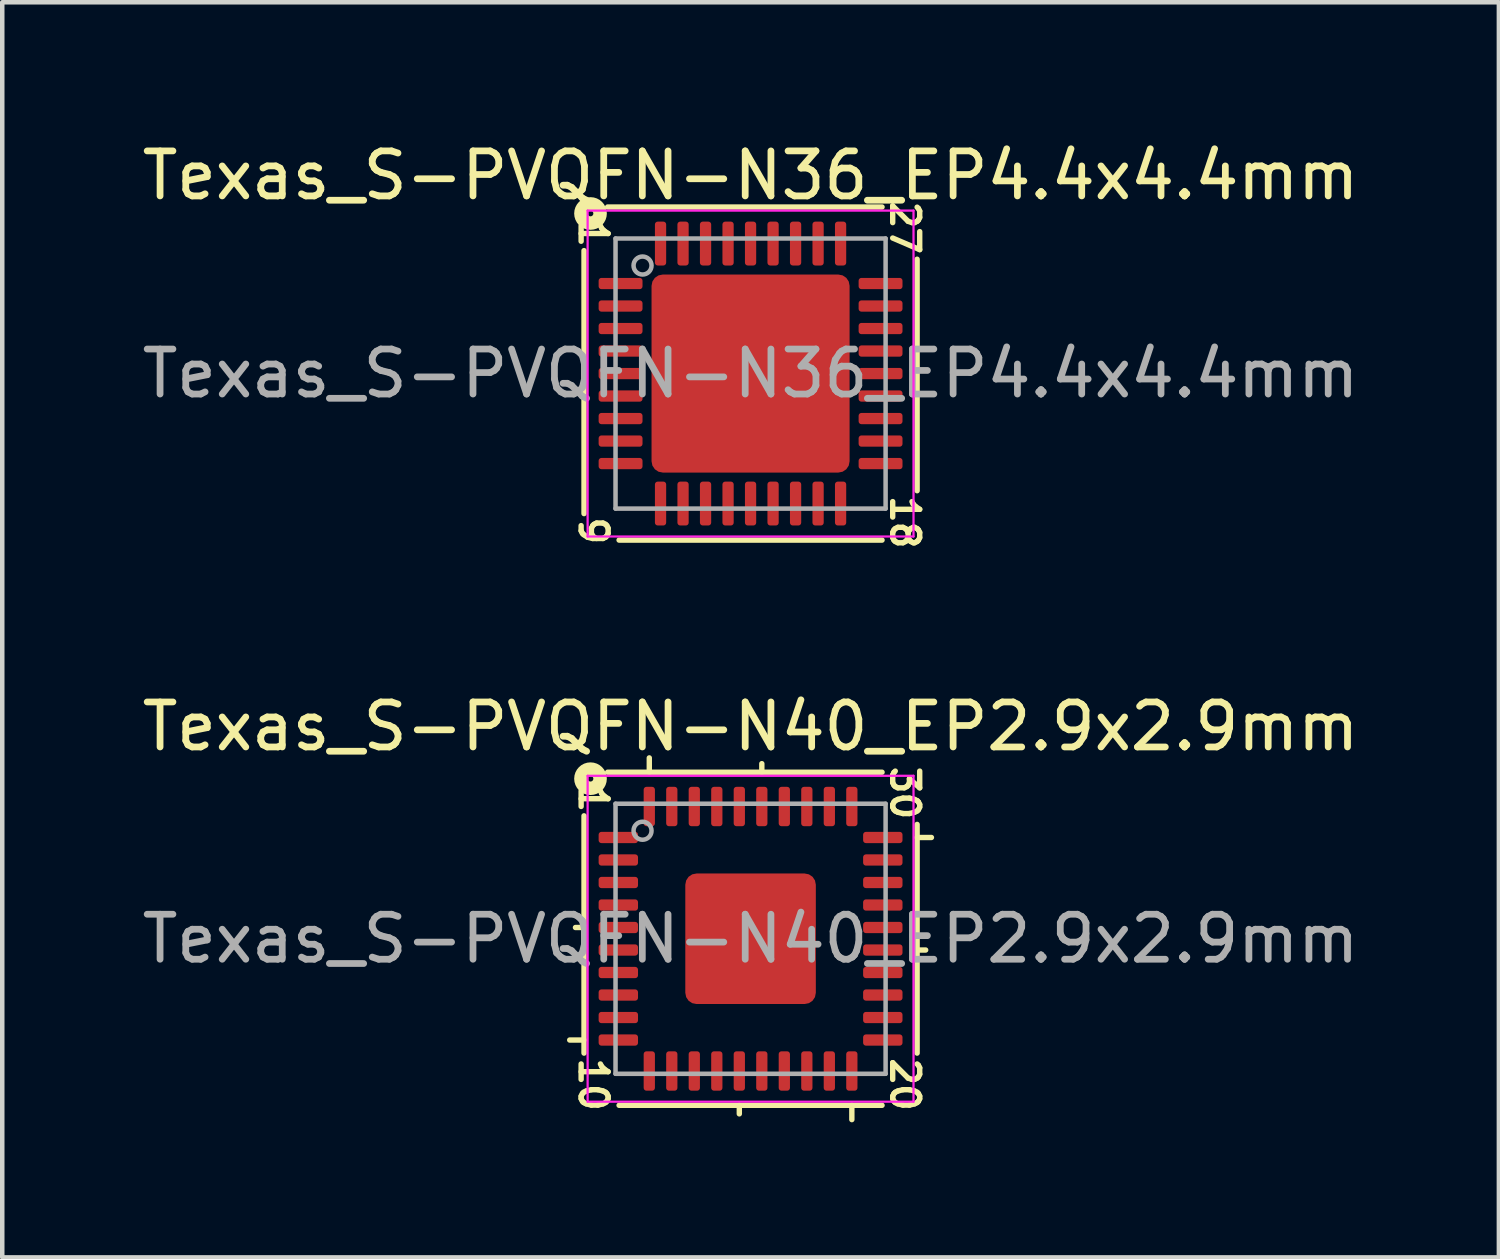
<source format=kicad_pcb>
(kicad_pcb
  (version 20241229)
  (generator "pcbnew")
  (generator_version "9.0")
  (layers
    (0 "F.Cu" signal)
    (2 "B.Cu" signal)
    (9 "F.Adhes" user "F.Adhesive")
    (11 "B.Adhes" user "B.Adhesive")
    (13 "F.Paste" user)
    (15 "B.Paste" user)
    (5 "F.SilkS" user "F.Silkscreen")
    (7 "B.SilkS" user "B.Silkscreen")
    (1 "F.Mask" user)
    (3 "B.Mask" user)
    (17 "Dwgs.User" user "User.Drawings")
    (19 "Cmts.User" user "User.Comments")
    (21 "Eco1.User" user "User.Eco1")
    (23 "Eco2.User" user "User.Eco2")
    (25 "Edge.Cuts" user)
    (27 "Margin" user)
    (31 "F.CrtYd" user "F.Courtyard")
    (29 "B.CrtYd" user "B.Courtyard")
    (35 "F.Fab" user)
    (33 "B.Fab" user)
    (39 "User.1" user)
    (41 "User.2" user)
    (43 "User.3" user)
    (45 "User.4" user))
  (footprint "Texas_S-PVQFN-N40_EP2.9x2.9mm"
    (layer "F.Cu")
    (at 13.625 17.806)
    (property "Reference" "Texas_S-PVQFN-N40_EP2.9x2.9mm" (at 0 -4.716 0) (layer "F.SilkS") (effects (font (size 1 1) (thickness 0.15))))
    (attr smd)
    (fp_line (start -3.7 -2.731) (end -3.7 2.54) (stroke (width 0.12) (type solid)) (layer "F.SilkS"))
    (fp_line (start -3.7 -0.25) (end -3.89 -0.25) (stroke (width 0.12) (type solid)) (layer "F.SilkS"))
    (fp_line (start -3.7 2.25) (end -4.018 2.25) (stroke (width 0.12) (type solid)) (layer "F.SilkS"))
    (fp_line (start -2.921 3.7) (end 2.921 3.7) (stroke (width 0.12) (type solid)) (layer "F.SilkS"))
    (fp_line (start -2.25 -3.7) (end -2.25 -4.018) (stroke (width 0.12) (type solid)) (layer "F.SilkS"))
    (fp_line (start -0.25 3.7) (end -0.25 3.89) (stroke (width 0.12) (type solid)) (layer "F.SilkS"))
    (fp_line (start 0.25 -3.7) (end 0.25 -3.89) (stroke (width 0.12) (type solid)) (layer "F.SilkS"))
    (fp_line (start 2.25 3.7) (end 2.25 4.018) (stroke (width 0.12) (type solid)) (layer "F.SilkS"))
    (fp_line (start 2.921 -3.7) (end -3.175 -3.7) (stroke (width 0.12) (type solid)) (layer "F.SilkS"))
    (fp_line (start 3.7 -2.25) (end 4.018 -2.25) (stroke (width 0.12) (type solid)) (layer "F.SilkS"))
    (fp_line (start 3.7 0.25) (end 3.89 0.25) (stroke (width 0.12) (type solid)) (layer "F.SilkS"))
    (fp_line (start 3.7 2.54) (end 3.7 -2.54) (stroke (width 0.12) (type solid)) (layer "F.SilkS"))
    (fp_circle (center -3.556 -3.556) (end -3.493 -3.556) (stroke (width 0.3) (type solid)) (fill no) (layer "F.SilkS"))
    (fp_line (start -3.62 -3.62) (end -3.62 3.62) (stroke (width 0.05) (type solid)) (layer "F.CrtYd"))
    (fp_line (start -3.62 3.62) (end 3.62 3.62) (stroke (width 0.05) (type solid)) (layer "F.CrtYd"))
    (fp_line (start 3.62 -3.62) (end -3.62 -3.62) (stroke (width 0.05) (type solid)) (layer "F.CrtYd"))
    (fp_line (start 3.62 3.62) (end 3.62 -3.62) (stroke (width 0.05) (type solid)) (layer "F.CrtYd"))
    (fp_line (start -3 -3) (end 3 -3) (stroke (width 0.1) (type solid)) (layer "F.Fab"))
    (fp_line (start -3 3) (end -3 -3) (stroke (width 0.1) (type solid)) (layer "F.Fab"))
    (fp_line (start 3 -3) (end 3 3) (stroke (width 0.1) (type solid)) (layer "F.Fab"))
    (fp_line (start 3 3) (end -3 3) (stroke (width 0.1) (type solid)) (layer "F.Fab"))
    (fp_circle (center -2.4 -2.4) (end -2.2 -2.4) (stroke (width 0.1) (type solid)) (fill no) (layer "F.Fab"))
    (fp_text user "1" (at -3.493 -3.111 270) (unlocked yes) (layer "F.SilkS") (effects (font (size 0.6 0.6) (thickness 0.12))))
    (fp_text user "30" (at 3.429 -3.239 270) (unlocked yes) (layer "F.SilkS") (effects (font (size 0.6 0.6) (thickness 0.12))))
    (fp_text user "20" (at 3.429 3.239 270) (unlocked yes) (layer "F.SilkS") (effects (font (size 0.6 0.6) (thickness 0.12))))
    (fp_text user "10" (at -3.493 3.239 270) (unlocked yes) (layer "F.SilkS") (effects (font (size 0.6 0.6) (thickness 0.12))))
    (fp_text user "${REFERENCE}" (at 0 0 0) (layer "F.Fab") (effects (font (size 1 1) (thickness 0.15))))
    (pad "" smd roundrect (at -0.725 -0.725) (size 1.17 1.17) (layers "F.Paste") (roundrect_rratio 0.214))
    (pad "" smd roundrect (at -0.725 0.725) (size 1.17 1.17) (layers "F.Paste") (roundrect_rratio 0.214))
    (pad "" smd roundrect (at 0.725 -0.725) (size 1.17 1.17) (layers "F.Paste") (roundrect_rratio 0.214))
    (pad "" smd roundrect (at 0.725 0.725) (size 1.17 1.17) (layers "F.Paste") (roundrect_rratio 0.214))
    (pad "1" smd roundrect (at -2.938 -2.25) (size 0.875 0.25) (layers "F.Cu" "F.Mask" "F.Paste") (roundrect_rratio 0.25))
    (pad "2" smd roundrect (at -2.938 -1.75) (size 0.875 0.25) (layers "F.Cu" "F.Mask" "F.Paste") (roundrect_rratio 0.25))
    (pad "3" smd roundrect (at -2.938 -1.25) (size 0.875 0.25) (layers "F.Cu" "F.Mask" "F.Paste") (roundrect_rratio 0.25))
    (pad "4" smd roundrect (at -2.938 -0.75) (size 0.875 0.25) (layers "F.Cu" "F.Mask" "F.Paste") (roundrect_rratio 0.25))
    (pad "5" smd roundrect (at -2.938 -0.25) (size 0.875 0.25) (layers "F.Cu" "F.Mask" "F.Paste") (roundrect_rratio 0.25))
    (pad "6" smd roundrect (at -2.938 0.25) (size 0.875 0.25) (layers "F.Cu" "F.Mask" "F.Paste") (roundrect_rratio 0.25))
    (pad "7" smd roundrect (at -2.938 0.75) (size 0.875 0.25) (layers "F.Cu" "F.Mask" "F.Paste") (roundrect_rratio 0.25))
    (pad "8" smd roundrect (at -2.938 1.25) (size 0.875 0.25) (layers "F.Cu" "F.Mask" "F.Paste") (roundrect_rratio 0.25))
    (pad "9" smd roundrect (at -2.938 1.75) (size 0.875 0.25) (layers "F.Cu" "F.Mask" "F.Paste") (roundrect_rratio 0.25))
    (pad "10" smd roundrect (at -2.938 2.25) (size 0.875 0.25) (layers "F.Cu" "F.Mask" "F.Paste") (roundrect_rratio 0.25))
    (pad "11" smd roundrect (at -2.25 2.938) (size 0.25 0.875) (layers "F.Cu" "F.Mask" "F.Paste") (roundrect_rratio 0.25))
    (pad "12" smd roundrect (at -1.75 2.938) (size 0.25 0.875) (layers "F.Cu" "F.Mask" "F.Paste") (roundrect_rratio 0.25))
    (pad "13" smd roundrect (at -1.25 2.938) (size 0.25 0.875) (layers "F.Cu" "F.Mask" "F.Paste") (roundrect_rratio 0.25))
    (pad "14" smd roundrect (at -0.75 2.938) (size 0.25 0.875) (layers "F.Cu" "F.Mask" "F.Paste") (roundrect_rratio 0.25))
    (pad "15" smd roundrect (at -0.25 2.938) (size 0.25 0.875) (layers "F.Cu" "F.Mask" "F.Paste") (roundrect_rratio 0.25))
    (pad "16" smd roundrect (at 0.25 2.938) (size 0.25 0.875) (layers "F.Cu" "F.Mask" "F.Paste") (roundrect_rratio 0.25))
    (pad "17" smd roundrect (at 0.75 2.938) (size 0.25 0.875) (layers "F.Cu" "F.Mask" "F.Paste") (roundrect_rratio 0.25))
    (pad "18" smd roundrect (at 1.25 2.938) (size 0.25 0.875) (layers "F.Cu" "F.Mask" "F.Paste") (roundrect_rratio 0.25))
    (pad "19" smd roundrect (at 1.75 2.938) (size 0.25 0.875) (layers "F.Cu" "F.Mask" "F.Paste") (roundrect_rratio 0.25))
    (pad "20" smd roundrect (at 2.25 2.938) (size 0.25 0.875) (layers "F.Cu" "F.Mask" "F.Paste") (roundrect_rratio 0.25))
    (pad "21" smd roundrect (at 2.938 2.25) (size 0.875 0.25) (layers "F.Cu" "F.Mask" "F.Paste") (roundrect_rratio 0.25))
    (pad "22" smd roundrect (at 2.938 1.75) (size 0.875 0.25) (layers "F.Cu" "F.Mask" "F.Paste") (roundrect_rratio 0.25))
    (pad "23" smd roundrect (at 2.938 1.25) (size 0.875 0.25) (layers "F.Cu" "F.Mask" "F.Paste") (roundrect_rratio 0.25))
    (pad "24" smd roundrect (at 2.938 0.75) (size 0.875 0.25) (layers "F.Cu" "F.Mask" "F.Paste") (roundrect_rratio 0.25))
    (pad "25" smd roundrect (at 2.938 0.25) (size 0.875 0.25) (layers "F.Cu" "F.Mask" "F.Paste") (roundrect_rratio 0.25))
    (pad "26" smd roundrect (at 2.938 -0.25) (size 0.875 0.25) (layers "F.Cu" "F.Mask" "F.Paste") (roundrect_rratio 0.25))
    (pad "27" smd roundrect (at 2.938 -0.75) (size 0.875 0.25) (layers "F.Cu" "F.Mask" "F.Paste") (roundrect_rratio 0.25))
    (pad "28" smd roundrect (at 2.938 -1.25) (size 0.875 0.25) (layers "F.Cu" "F.Mask" "F.Paste") (roundrect_rratio 0.25))
    (pad "29" smd roundrect (at 2.938 -1.75) (size 0.875 0.25) (layers "F.Cu" "F.Mask" "F.Paste") (roundrect_rratio 0.25))
    (pad "30" smd roundrect (at 2.938 -2.25) (size 0.875 0.25) (layers "F.Cu" "F.Mask" "F.Paste") (roundrect_rratio 0.25))
    (pad "31" smd roundrect (at 2.25 -2.938) (size 0.25 0.875) (layers "F.Cu" "F.Mask" "F.Paste") (roundrect_rratio 0.25))
    (pad "32" smd roundrect (at 1.75 -2.938) (size 0.25 0.875) (layers "F.Cu" "F.Mask" "F.Paste") (roundrect_rratio 0.25))
    (pad "33" smd roundrect (at 1.25 -2.938) (size 0.25 0.875) (layers "F.Cu" "F.Mask" "F.Paste") (roundrect_rratio 0.25))
    (pad "34" smd roundrect (at 0.75 -2.938) (size 0.25 0.875) (layers "F.Cu" "F.Mask" "F.Paste") (roundrect_rratio 0.25))
    (pad "35" smd roundrect (at 0.25 -2.938) (size 0.25 0.875) (layers "F.Cu" "F.Mask" "F.Paste") (roundrect_rratio 0.25))
    (pad "36" smd roundrect (at -0.25 -2.938) (size 0.25 0.875) (layers "F.Cu" "F.Mask" "F.Paste") (roundrect_rratio 0.25))
    (pad "37" smd roundrect (at -0.75 -2.938) (size 0.25 0.875) (layers "F.Cu" "F.Mask" "F.Paste") (roundrect_rratio 0.25))
    (pad "38" smd roundrect (at -1.25 -2.938) (size 0.25 0.875) (layers "F.Cu" "F.Mask" "F.Paste") (roundrect_rratio 0.25))
    (pad "39" smd roundrect (at -1.75 -2.938) (size 0.25 0.875) (layers "F.Cu" "F.Mask" "F.Paste") (roundrect_rratio 0.25))
    (pad "40" smd roundrect (at -2.25 -2.938) (size 0.25 0.875) (layers "F.Cu" "F.Mask" "F.Paste") (roundrect_rratio 0.25))
    (pad "41" smd roundrect (at 0 0) (size 2.9 2.9) (layers "F.Cu" "F.Mask") (roundrect_rratio 0.086)))
  (footprint "Texas_S-PVQFN-N36_EP4.4x4.4mm"
    (layer "F.Cu")
    (at 13.625 5.249)
    (property "Reference" "Texas_S-PVQFN-N36_EP4.4x4.4mm" (at 0 -4.401 0) (layer "F.SilkS") (effects (font (size 1 1) (thickness 0.15))))
    (attr smd)
    (fp_line (start -3.7 -2.731) (end -3.7 3.111) (stroke (width 0.12) (type solid)) (layer "F.SilkS"))
    (fp_line (start -2.921 3.7) (end 2.921 3.7) (stroke (width 0.12) (type solid)) (layer "F.SilkS"))
    (fp_line (start 2.921 -3.7) (end -3.175 -3.7) (stroke (width 0.12) (type solid)) (layer "F.SilkS"))
    (fp_line (start 3.7 2.603) (end 3.7 -2.54) (stroke (width 0.12) (type solid)) (layer "F.SilkS"))
    (fp_circle (center -3.556 -3.556) (end -3.493 -3.556) (stroke (width 0.3) (type solid)) (fill no) (layer "F.SilkS"))
    (fp_line (start -3.62 -3.62) (end -3.62 3.62) (stroke (width 0.05) (type solid)) (layer "F.CrtYd"))
    (fp_line (start -3.62 3.62) (end 3.62 3.62) (stroke (width 0.05) (type solid)) (layer "F.CrtYd"))
    (fp_line (start 3.62 -3.62) (end -3.62 -3.62) (stroke (width 0.05) (type solid)) (layer "F.CrtYd"))
    (fp_line (start 3.62 3.62) (end 3.62 -3.62) (stroke (width 0.05) (type solid)) (layer "F.CrtYd"))
    (fp_line (start -3 -3) (end 3 -3) (stroke (width 0.1) (type solid)) (layer "F.Fab"))
    (fp_line (start -3 3) (end -3 -3) (stroke (width 0.1) (type solid)) (layer "F.Fab"))
    (fp_line (start 3 -3) (end 3 3) (stroke (width 0.1) (type solid)) (layer "F.Fab"))
    (fp_line (start 3 3) (end -3 3) (stroke (width 0.1) (type solid)) (layer "F.Fab"))
    (fp_circle (center -2.4 -2.4) (end -2.2 -2.4) (stroke (width 0.1) (type solid)) (fill no) (layer "F.Fab"))
    (fp_text user "18" (at 3.429 3.302 270) (unlocked yes) (layer "F.SilkS") (effects (font (size 0.6 0.6) (thickness 0.12))))
    (fp_text user "9" (at -3.493 3.493 270) (unlocked yes) (layer "F.SilkS") (effects (font (size 0.6 0.6) (thickness 0.12))))
    (fp_text user "27" (at 3.429 -3.239 270) (unlocked yes) (layer "F.SilkS") (effects (font (size 0.6 0.6) (thickness 0.12))))
    (fp_text user "1" (at -3.493 -3.111 270) (unlocked yes) (layer "F.SilkS") (effects (font (size 0.6 0.6) (thickness 0.12))))
    (fp_text user "${REFERENCE}" (at 0 0 0) (layer "F.Fab") (effects (font (size 1 1) (thickness 0.15))))
    (pad "" smd roundrect (at -1.47 -1.47) (size 1.18 1.18) (layers "F.Paste") (roundrect_rratio 0.212))
    (pad "" smd roundrect (at -1.47 0) (size 1.18 1.18) (layers "F.Paste") (roundrect_rratio 0.212))
    (pad "" smd roundrect (at -1.47 1.47) (size 1.18 1.18) (layers "F.Paste") (roundrect_rratio 0.212))
    (pad "" smd roundrect (at 0 -1.47) (size 1.18 1.18) (layers "F.Paste") (roundrect_rratio 0.212))
    (pad "" smd roundrect (at 0 0) (size 1.18 1.18) (layers "F.Paste") (roundrect_rratio 0.212))
    (pad "" smd roundrect (at 0 1.47) (size 1.18 1.18) (layers "F.Paste") (roundrect_rratio 0.212))
    (pad "" smd roundrect (at 1.47 -1.47) (size 1.18 1.18) (layers "F.Paste") (roundrect_rratio 0.212))
    (pad "" smd roundrect (at 1.47 0) (size 1.18 1.18) (layers "F.Paste") (roundrect_rratio 0.212))
    (pad "" smd roundrect (at 1.47 1.47) (size 1.18 1.18) (layers "F.Paste") (roundrect_rratio 0.212))
    (pad "1" smd roundrect (at -2.888 -2) (size 0.975 0.25) (layers "F.Cu" "F.Mask" "F.Paste") (roundrect_rratio 0.25))
    (pad "2" smd roundrect (at -2.888 -1.5) (size 0.975 0.25) (layers "F.Cu" "F.Mask" "F.Paste") (roundrect_rratio 0.25))
    (pad "3" smd roundrect (at -2.888 -1) (size 0.975 0.25) (layers "F.Cu" "F.Mask" "F.Paste") (roundrect_rratio 0.25))
    (pad "4" smd roundrect (at -2.888 -0.5) (size 0.975 0.25) (layers "F.Cu" "F.Mask" "F.Paste") (roundrect_rratio 0.25))
    (pad "5" smd roundrect (at -2.888 0) (size 0.975 0.25) (layers "F.Cu" "F.Mask" "F.Paste") (roundrect_rratio 0.25))
    (pad "6" smd roundrect (at -2.888 0.5) (size 0.975 0.25) (layers "F.Cu" "F.Mask" "F.Paste") (roundrect_rratio 0.25))
    (pad "7" smd roundrect (at -2.888 1) (size 0.975 0.25) (layers "F.Cu" "F.Mask" "F.Paste") (roundrect_rratio 0.25))
    (pad "8" smd roundrect (at -2.888 1.5) (size 0.975 0.25) (layers "F.Cu" "F.Mask" "F.Paste") (roundrect_rratio 0.25))
    (pad "9" smd roundrect (at -2.888 2) (size 0.975 0.25) (layers "F.Cu" "F.Mask" "F.Paste") (roundrect_rratio 0.25))
    (pad "10" smd roundrect (at -2 2.888) (size 0.25 0.975) (layers "F.Cu" "F.Mask" "F.Paste") (roundrect_rratio 0.25))
    (pad "11" smd roundrect (at -1.5 2.888) (size 0.25 0.975) (layers "F.Cu" "F.Mask" "F.Paste") (roundrect_rratio 0.25))
    (pad "12" smd roundrect (at -1 2.888) (size 0.25 0.975) (layers "F.Cu" "F.Mask" "F.Paste") (roundrect_rratio 0.25))
    (pad "13" smd roundrect (at -0.5 2.888) (size 0.25 0.975) (layers "F.Cu" "F.Mask" "F.Paste") (roundrect_rratio 0.25))
    (pad "14" smd roundrect (at 0 2.888) (size 0.25 0.975) (layers "F.Cu" "F.Mask" "F.Paste") (roundrect_rratio 0.25))
    (pad "15" smd roundrect (at 0.5 2.888) (size 0.25 0.975) (layers "F.Cu" "F.Mask" "F.Paste") (roundrect_rratio 0.25))
    (pad "16" smd roundrect (at 1 2.888) (size 0.25 0.975) (layers "F.Cu" "F.Mask" "F.Paste") (roundrect_rratio 0.25))
    (pad "17" smd roundrect (at 1.5 2.888) (size 0.25 0.975) (layers "F.Cu" "F.Mask" "F.Paste") (roundrect_rratio 0.25))
    (pad "18" smd roundrect (at 2 2.888) (size 0.25 0.975) (layers "F.Cu" "F.Mask" "F.Paste") (roundrect_rratio 0.25))
    (pad "19" smd roundrect (at 2.888 2) (size 0.975 0.25) (layers "F.Cu" "F.Mask" "F.Paste") (roundrect_rratio 0.25))
    (pad "20" smd roundrect (at 2.888 1.5) (size 0.975 0.25) (layers "F.Cu" "F.Mask" "F.Paste") (roundrect_rratio 0.25))
    (pad "21" smd roundrect (at 2.888 1) (size 0.975 0.25) (layers "F.Cu" "F.Mask" "F.Paste") (roundrect_rratio 0.25))
    (pad "22" smd roundrect (at 2.888 0.5) (size 0.975 0.25) (layers "F.Cu" "F.Mask" "F.Paste") (roundrect_rratio 0.25))
    (pad "23" smd roundrect (at 2.888 0) (size 0.975 0.25) (layers "F.Cu" "F.Mask" "F.Paste") (roundrect_rratio 0.25))
    (pad "24" smd roundrect (at 2.888 -0.5) (size 0.975 0.25) (layers "F.Cu" "F.Mask" "F.Paste") (roundrect_rratio 0.25))
    (pad "25" smd roundrect (at 2.888 -1) (size 0.975 0.25) (layers "F.Cu" "F.Mask" "F.Paste") (roundrect_rratio 0.25))
    (pad "26" smd roundrect (at 2.888 -1.5) (size 0.975 0.25) (layers "F.Cu" "F.Mask" "F.Paste") (roundrect_rratio 0.25))
    (pad "27" smd roundrect (at 2.888 -2) (size 0.975 0.25) (layers "F.Cu" "F.Mask" "F.Paste") (roundrect_rratio 0.25))
    (pad "28" smd roundrect (at 2 -2.888) (size 0.25 0.975) (layers "F.Cu" "F.Mask" "F.Paste") (roundrect_rratio 0.25))
    (pad "29" smd roundrect (at 1.5 -2.888) (size 0.25 0.975) (layers "F.Cu" "F.Mask" "F.Paste") (roundrect_rratio 0.25))
    (pad "30" smd roundrect (at 1 -2.888) (size 0.25 0.975) (layers "F.Cu" "F.Mask" "F.Paste") (roundrect_rratio 0.25))
    (pad "31" smd roundrect (at 0.5 -2.888) (size 0.25 0.975) (layers "F.Cu" "F.Mask" "F.Paste") (roundrect_rratio 0.25))
    (pad "32" smd roundrect (at 0 -2.888) (size 0.25 0.975) (layers "F.Cu" "F.Mask" "F.Paste") (roundrect_rratio 0.25))
    (pad "33" smd roundrect (at -0.5 -2.888) (size 0.25 0.975) (layers "F.Cu" "F.Mask" "F.Paste") (roundrect_rratio 0.25))
    (pad "34" smd roundrect (at -1 -2.888) (size 0.25 0.975) (layers "F.Cu" "F.Mask" "F.Paste") (roundrect_rratio 0.25))
    (pad "35" smd roundrect (at -1.5 -2.888) (size 0.25 0.975) (layers "F.Cu" "F.Mask" "F.Paste") (roundrect_rratio 0.25))
    (pad "36" smd roundrect (at -2 -2.888) (size 0.25 0.975) (layers "F.Cu" "F.Mask" "F.Paste") (roundrect_rratio 0.25))
    (pad "37" smd roundrect (at 0 0) (size 4.4 4.4) (layers "F.Cu" "F.Mask") (roundrect_rratio 0.057)))
  (gr_rect
    (start -3 -3)
    (end 30.25 24.884)
    (stroke (width 0.1) (type default))
    (fill no)
    (layer "Edge.Cuts")))
</source>
